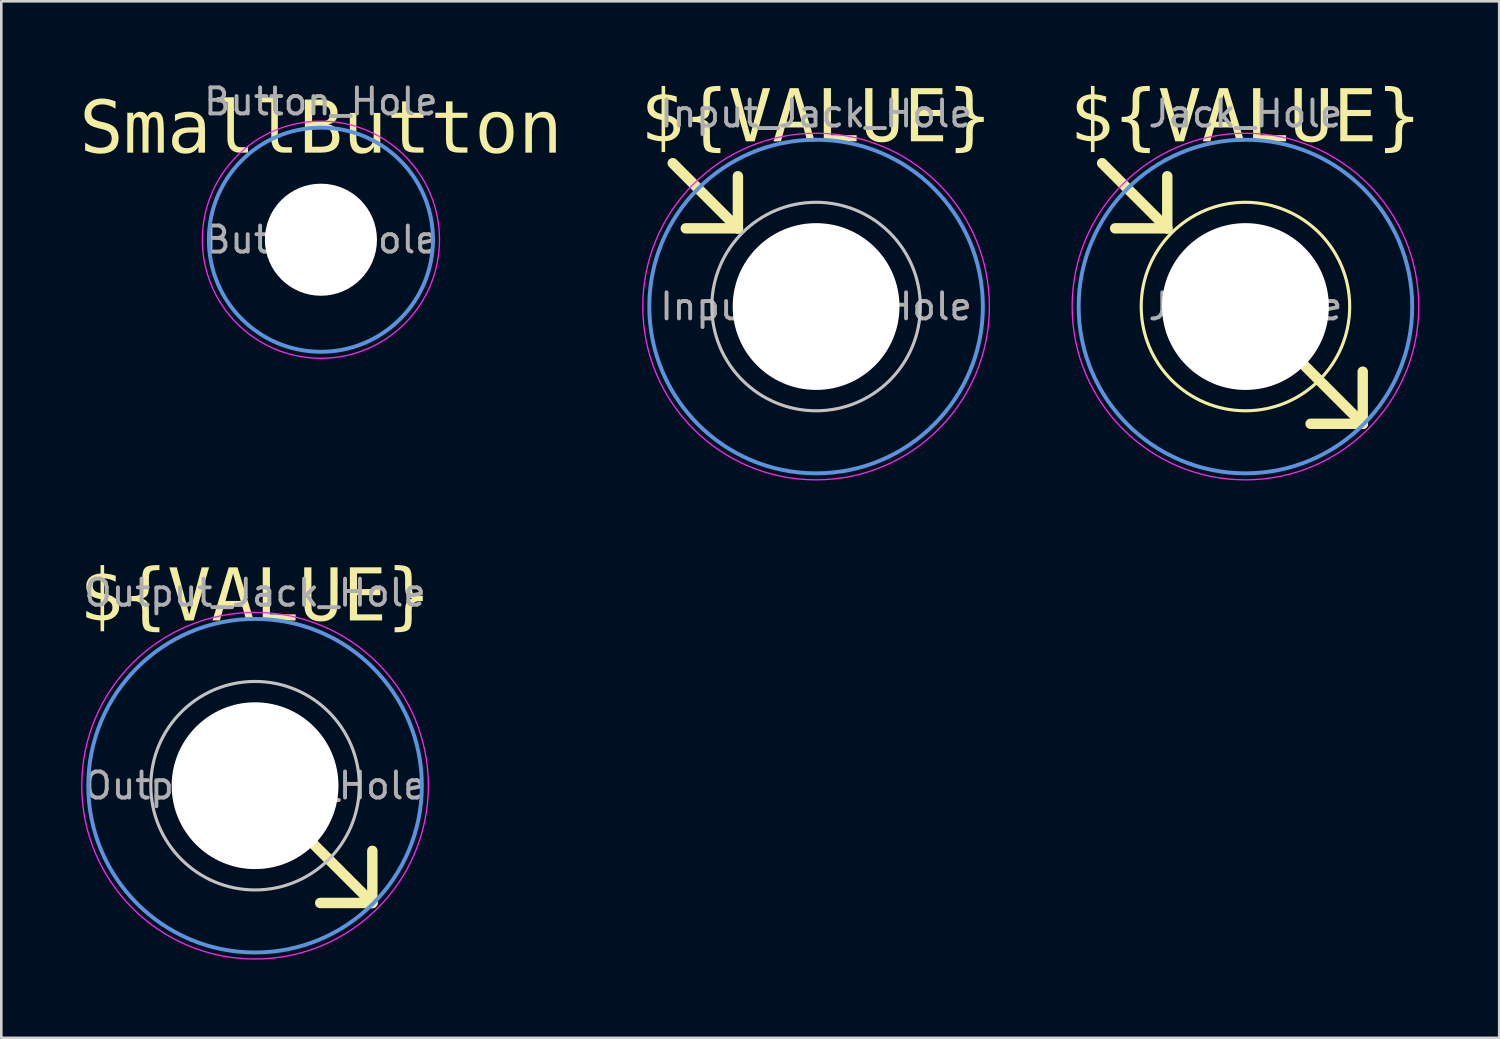
<source format=kicad_pcb>
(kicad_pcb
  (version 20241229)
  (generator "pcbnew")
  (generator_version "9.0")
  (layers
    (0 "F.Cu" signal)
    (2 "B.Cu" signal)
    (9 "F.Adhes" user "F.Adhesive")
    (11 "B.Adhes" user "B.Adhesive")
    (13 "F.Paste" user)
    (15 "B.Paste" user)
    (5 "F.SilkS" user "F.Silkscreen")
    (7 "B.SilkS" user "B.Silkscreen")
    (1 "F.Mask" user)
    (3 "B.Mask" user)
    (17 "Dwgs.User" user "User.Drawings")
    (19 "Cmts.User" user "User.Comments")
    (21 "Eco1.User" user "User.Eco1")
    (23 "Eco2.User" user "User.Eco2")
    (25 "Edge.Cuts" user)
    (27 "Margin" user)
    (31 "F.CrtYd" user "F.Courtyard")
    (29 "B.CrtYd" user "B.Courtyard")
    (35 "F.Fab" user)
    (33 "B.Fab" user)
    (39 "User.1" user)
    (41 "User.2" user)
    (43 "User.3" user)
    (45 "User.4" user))
  (footprint "Input_Jack_Hole"
    (layer "F.Cu")
    (at 28.264 8.712)
    (property "Reference" "Input_Jack_Hole" (at 0 -7.4 0) (layer "F.Fab") (effects (font (size 1 1) (thickness 0.15))))
    (property "Value" "${VALUE}" (at 0 7.4 0) (layer "F.Fab") (hide yes) (effects (font (size 1 1) (thickness 0.15))))
    (attr exclude_from_pos_files)
    (fp_line (start -5.5 -5.5) (end -3 -3) (stroke (width 0.4) (type default)) (layer "F.SilkS"))
    (fp_line (start -3 -5) (end -3 -3) (stroke (width 0.4) (type default)) (layer "F.SilkS"))
    (fp_line (start -3 -3) (end -5 -3) (stroke (width 0.4) (type default)) (layer "F.SilkS"))
    (fp_circle (center 0 0) (end 4 0) (stroke (width 0.12) (type default)) (fill no) (layer "Dwgs.User"))
    (fp_circle (center 0 0) (end 6.4 0) (stroke (width 0.15) (type solid)) (fill no) (layer "Cmts.User"))
    (fp_circle (center 0 0) (end 6.65 0) (stroke (width 0.05) (type solid)) (fill no) (layer "F.CrtYd"))
    (fp_text user "${VALUE}" (at 0 -6 0) (unlocked yes) (layer "F.SilkS") (effects (font (face "Consolas") (size 2 2) (thickness 0.15)) (justify bottom)))
    (fp_text user "${REFERENCE}" (at 0 0 0) (layer "F.Fab") (effects (font (size 1 1) (thickness 0.15))))
    (pad "" np_thru_hole circle (at 0 0) (size 6.4 6.4) (drill 6.4) (layers "*.Cu" "*.Mask")))
  (footprint "Output_Jack_Hole"
    (layer "F.Cu")
    (at 6.737 27.098)
    (property "Reference" "Output_Jack_Hole" (at 0 -7.4 0) (layer "F.Fab") (effects (font (size 1 1) (thickness 0.15))))
    (property "Value" "${VALUE}" (at 0 7.4 0) (layer "F.Fab") (hide yes) (effects (font (size 1 1) (thickness 0.15))))
    (attr exclude_from_pos_files)
    (fp_line (start 1.5 1.5) (end 4.5 4.5) (stroke (width 0.4) (type default)) (layer "F.SilkS"))
    (fp_line (start 4.5 2.5) (end 4.5 4.5) (stroke (width 0.4) (type default)) (layer "F.SilkS"))
    (fp_line (start 4.5 4.5) (end 2.5 4.5) (stroke (width 0.4) (type default)) (layer "F.SilkS"))
    (fp_circle (center 0 0) (end 4 0) (stroke (width 0.12) (type default)) (fill no) (layer "Dwgs.User"))
    (fp_circle (center 0 0) (end 6.4 0) (stroke (width 0.15) (type solid)) (fill no) (layer "Cmts.User"))
    (fp_circle (center 0 0) (end 6.65 0) (stroke (width 0.05) (type solid)) (fill no) (layer "F.CrtYd"))
    (fp_text user "${VALUE}" (at 0 -6 0) (unlocked yes) (layer "F.SilkS") (effects (font (face "Consolas") (size 2 2) (thickness 0.15)) (justify bottom)))
    (fp_text user "${REFERENCE}" (at 0 0 0) (layer "F.Fab") (effects (font (size 1 1) (thickness 0.15))))
    (pad "" np_thru_hole circle (at 0 0) (size 6.4 6.4) (drill 6.4) (layers "*.Cu" "*.Mask")))
  (footprint "Button_Hole"
    (layer "F.Cu")
    (at 9.264 6.148)
    (property "Reference" "Button_Hole" (at 0 -5.3 0) (layer "F.Fab") (effects (font (size 1 1) (thickness 0.15))))
    (property "Value" "SmallButton" (at 0 5.3 0) (layer "F.Fab") (hide yes) (effects (font (size 1 1) (thickness 0.15))))
    (attr exclude_from_pos_files)
    (fp_circle (center 0 0) (end 4.3 0) (stroke (width 0.15) (type solid)) (fill no) (layer "Cmts.User"))
    (fp_circle (center 0 0) (end 4.55 0) (stroke (width 0.05) (type solid)) (fill no) (layer "F.CrtYd"))
    (fp_text user "${VALUE}" (at 0 -3 0) (unlocked yes) (layer "F.SilkS") (effects (font (face "Consolas") (size 2 2) (thickness 0.15)) (justify bottom)))
    (fp_text user "${REFERENCE}" (at 0 0 0) (layer "F.Fab") (effects (font (size 1 1) (thickness 0.15))))
    (pad "" np_thru_hole circle (at 0 0) (size 4.3 4.3) (drill 4.3) (layers "*.Cu" "*.Mask")))
  (footprint "Jack_Hole"
    (layer "F.Cu")
    (at 44.739 8.712)
    (property "Reference" "Jack_Hole" (at 0 -7.4 0) (layer "F.Fab") (effects (font (size 1 1) (thickness 0.15))))
    (property "Value" "${VALUE}" (at 0 7.4 0) (layer "F.Fab") (hide yes) (effects (font (size 1 1) (thickness 0.15))))
    (attr exclude_from_pos_files)
    (fp_line (start -5.5 -5.5) (end -3 -3) (stroke (width 0.4) (type default)) (layer "F.SilkS"))
    (fp_line (start -3 -5) (end -3 -3) (stroke (width 0.4) (type default)) (layer "F.SilkS"))
    (fp_line (start -3 -3) (end -5 -3) (stroke (width 0.4) (type default)) (layer "F.SilkS"))
    (fp_line (start 1.5 1.5) (end 4.5 4.5) (stroke (width 0.4) (type default)) (layer "F.SilkS"))
    (fp_line (start 4.5 2.5) (end 4.5 4.5) (stroke (width 0.4) (type default)) (layer "F.SilkS"))
    (fp_line (start 4.5 4.5) (end 2.5 4.5) (stroke (width 0.4) (type default)) (layer "F.SilkS"))
    (fp_circle (center 0 0) (end 4 0) (stroke (width 0.12) (type default)) (fill no) (layer "F.SilkS"))
    (fp_circle (center 0 0) (end 6.4 0) (stroke (width 0.15) (type solid)) (fill no) (layer "Cmts.User"))
    (fp_circle (center 0 0) (end 6.65 0) (stroke (width 0.05) (type solid)) (fill no) (layer "F.CrtYd"))
    (fp_text user "${VALUE}" (at 0 -6 0) (unlocked yes) (layer "F.SilkS") (effects (font (face "Consolas") (size 2 2) (thickness 0.15)) (justify bottom)))
    (fp_text user "${REFERENCE}" (at 0 0 0) (layer "F.Fab") (effects (font (size 1 1) (thickness 0.15))))
    (pad "" np_thru_hole circle (at 0 0) (size 6.4 6.4) (drill 6.4) (layers "*.Cu" "*.Mask")))
  (gr_rect
    (start -3 -3)
    (end 54.476 36.773)
    (stroke (width 0.1) (type default))
    (fill no)
    (layer "Edge.Cuts")))
</source>
